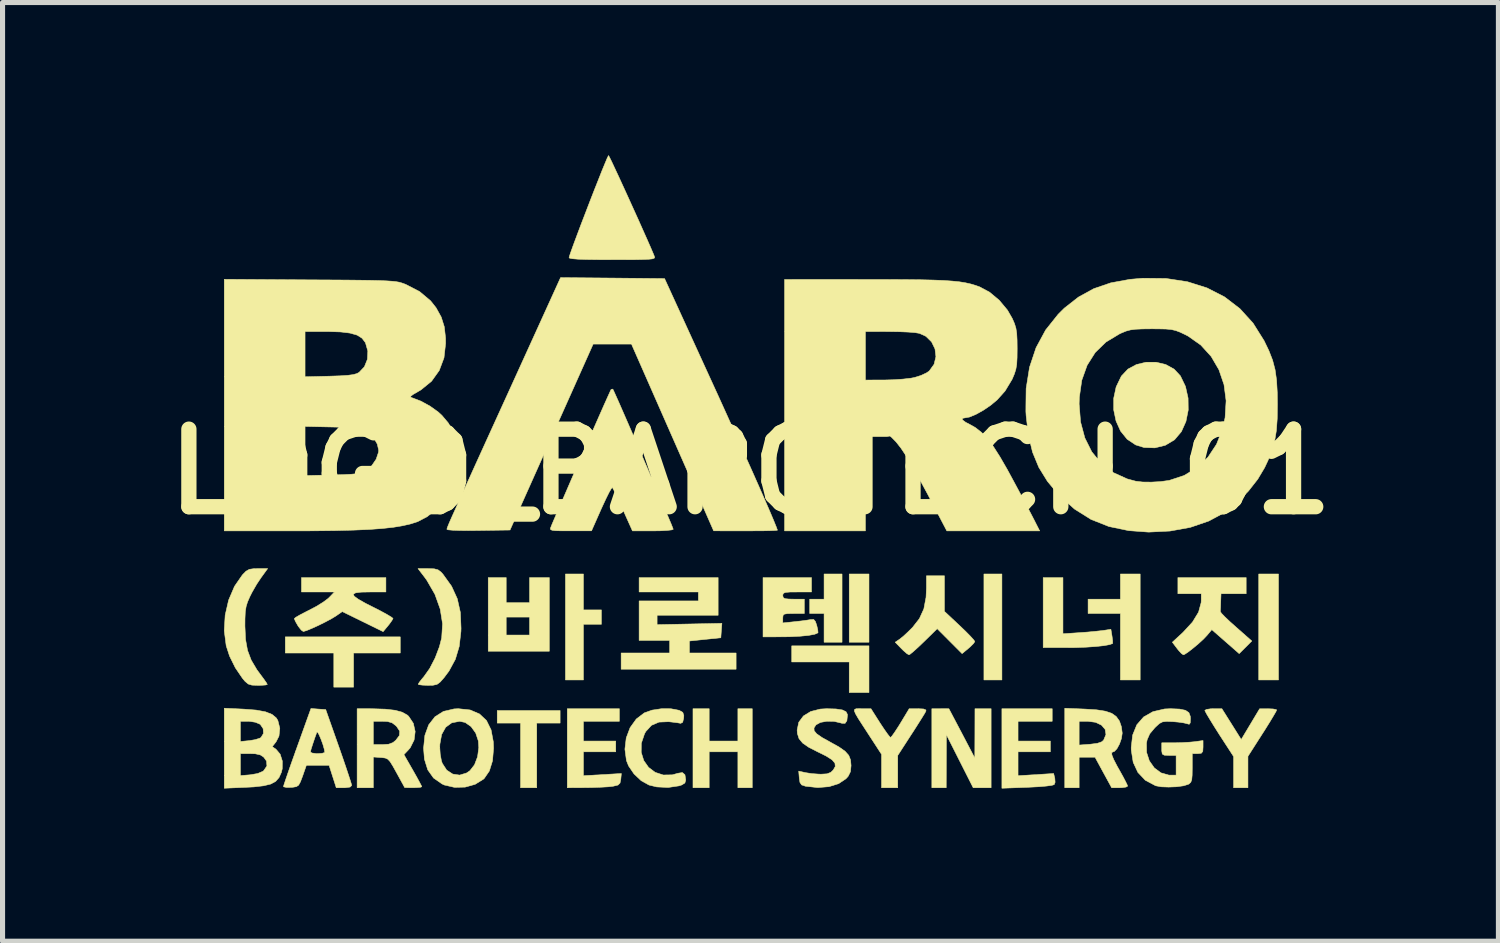
<source format=kicad_pcb>
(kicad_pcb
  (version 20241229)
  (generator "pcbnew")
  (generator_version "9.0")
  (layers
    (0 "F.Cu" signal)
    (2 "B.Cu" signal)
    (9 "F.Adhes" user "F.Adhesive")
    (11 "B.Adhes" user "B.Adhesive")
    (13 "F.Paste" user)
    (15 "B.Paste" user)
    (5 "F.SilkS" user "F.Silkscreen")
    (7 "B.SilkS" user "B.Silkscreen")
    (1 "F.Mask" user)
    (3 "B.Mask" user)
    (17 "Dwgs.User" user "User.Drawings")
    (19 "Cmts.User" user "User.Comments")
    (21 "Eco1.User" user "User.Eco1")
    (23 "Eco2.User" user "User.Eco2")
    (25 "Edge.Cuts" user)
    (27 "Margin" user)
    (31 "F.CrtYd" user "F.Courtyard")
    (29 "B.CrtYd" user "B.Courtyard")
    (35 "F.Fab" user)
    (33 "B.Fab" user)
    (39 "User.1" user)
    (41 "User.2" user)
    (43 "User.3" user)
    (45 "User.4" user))
  (footprint "LOGO_BAROTECH_01"
    (layer "F.Cu")
    (at 11.691 6.214)
    (property "Reference" "LOGO_BAROTECH_01" (at 0 0 0) (layer "F.SilkS") (effects (font (size 1.524 1.524) (thickness 0.3))))
    (attr board_only exclude_from_pos_files exclude_from_bom allow_missing_courtyard)
    (fp_poly (pts (xy 2.328 3.351) (xy 1.94 3.351) (xy 1.94 2.011) (xy 2.328 2.011) (xy 2.328 3.351)) (stroke (width 0.01) (type solid)) (fill yes) (layer "F.SilkS"))
    (fp_poly (pts (xy 4.939 4.092) (xy 4.586 4.092) (xy 4.586 2.011) (xy 4.939 2.011) (xy 4.939 4.092)) (stroke (width 0.01) (type solid)) (fill yes) (layer "F.SilkS"))
    (fp_poly (pts (xy 10.372 4.092) (xy 9.984 4.092) (xy 9.984 2.011) (xy 10.372 2.011) (xy 10.372 4.092)) (stroke (width 0.01) (type solid)) (fill yes) (layer "F.SilkS"))
    (fp_poly (pts (xy 2.328 4.339) (xy 1.94 4.339) (xy 1.94 3.739) (xy 0.811 3.739) (xy 0.811 3.422) (xy 2.328 3.422) (xy 2.328 4.339)) (stroke (width 0.01) (type solid)) (fill yes) (layer "F.SilkS"))
    (fp_poly (pts (xy -6.879 3.563) (xy -7.796 3.563) (xy -7.796 4.233) (xy -8.184 4.233) (xy -8.184 3.563) (xy -9.137 3.563) (xy -9.137 3.246) (xy -6.879 3.246) (xy -6.879 3.563)) (stroke (width 0.01) (type solid)) (fill yes) (layer "F.SilkS"))
    (fp_poly (pts (xy -3.739 4.939) (xy -4.198 4.939) (xy -4.198 6.209) (xy -4.516 6.209) (xy -4.516 4.939) (xy -4.974 4.939) (xy -4.974 4.692) (xy -3.739 4.692) (xy -3.739 4.939)) (stroke (width 0.01) (type solid)) (fill yes) (layer "F.SilkS"))
    (fp_poly (pts (xy -3.281 2.716) (xy -2.928 2.716) (xy -2.928 2.999) (xy -3.281 2.999) (xy -3.281 4.092) (xy -3.634 4.092) (xy -3.634 2.011) (xy -3.281 2.011) (xy -3.281 2.716)) (stroke (width 0.01) (type solid)) (fill yes) (layer "F.SilkS"))
    (fp_poly (pts (xy 1.799 3.351) (xy 1.446 3.351) (xy 1.446 2.787) (xy 1.164 2.787) (xy 1.164 2.505) (xy 1.446 2.505) (xy 1.446 2.011) (xy 1.799 2.011) (xy 1.799 3.351)) (stroke (width 0.01) (type solid)) (fill yes) (layer "F.SilkS"))
    (fp_poly (pts (xy 7.655 4.092) (xy 7.267 4.092) (xy 7.267 2.787) (xy 6.632 2.787) (xy 6.632 2.505) (xy 7.267 2.505) (xy 7.267 2.011) (xy 7.655 2.011) (xy 7.655 4.092)) (stroke (width 0.01) (type solid)) (fill yes) (layer "F.SilkS"))
    (fp_poly (pts (xy -0.811 5.292) (xy -0.247 5.292) (xy -0.247 4.657) (xy 0.035 4.657) (xy 0.035 6.209) (xy -0.247 6.209) (xy -0.247 5.503) (xy -0.811 5.503) (xy -0.811 6.209) (xy -1.129 6.209) (xy -1.129 4.657) (xy -0.811 4.657) (xy -0.811 5.292)) (stroke (width 0.01) (type solid)) (fill yes) (layer "F.SilkS"))
    (fp_poly (pts (xy -4.798 2.575) (xy -4.339 2.575) (xy -4.339 2.081) (xy -3.951 2.081) (xy -3.951 3.528) (xy -5.151 3.528) (xy -5.151 2.857) (xy -4.798 2.857) (xy -4.798 3.21) (xy -4.339 3.21) (xy -4.339 2.857) (xy -4.798 2.857) (xy -5.151 2.857) (xy -5.151 2.081) (xy -4.798 2.081) (xy -4.798 2.575)) (stroke (width 0.01) (type solid)) (fill yes) (layer "F.SilkS"))
    (fp_poly (pts (xy 4.727 6.209) (xy 4.375 6.209) (xy 4.112 5.689) (xy 3.849 5.168) (xy 3.847 5.689) (xy 3.845 6.209) (xy 3.563 6.209) (xy 3.563 4.657) (xy 3.731 4.657) (xy 3.898 4.658) (xy 4.153 5.142) (xy 4.407 5.627) (xy 4.409 5.142) (xy 4.41 4.657) (xy 4.727 4.657) (xy 4.727 6.209)) (stroke (width 0.01) (type solid)) (fill yes) (layer "F.SilkS"))
    (fp_poly (pts (xy 5.927 4.904) (xy 5.256 4.904) (xy 5.256 5.292) (xy 5.891 5.292) (xy 5.891 5.503) (xy 5.256 5.503) (xy 5.256 5.973) (xy 5.955 5.93) (xy 5.978 6.022) (xy 5.984 6.102) (xy 5.966 6.148) (xy 5.92 6.162) (xy 5.817 6.176) (xy 5.671 6.189) (xy 5.496 6.198) (xy 5.435 6.201) (xy 4.939 6.219) (xy 4.939 4.657) (xy 5.927 4.657) (xy 5.927 4.904)) (stroke (width 0.01) (type solid)) (fill yes) (layer "F.SilkS"))
    (fp_poly (pts (xy -2.575 4.904) (xy -3.281 4.904) (xy -3.281 5.292) (xy -2.646 5.292) (xy -2.646 5.503) (xy -3.281 5.503) (xy -3.281 5.973) (xy -2.536 5.93) (xy -2.547 6.043) (xy -2.562 6.117) (xy -2.602 6.156) (xy -2.69 6.178) (xy -2.699 6.18) (xy -2.794 6.191) (xy -2.937 6.199) (xy -3.106 6.205) (xy -3.219 6.207) (xy -3.598 6.209) (xy -3.598 4.657) (xy -2.575 4.657) (xy -2.575 4.904)) (stroke (width 0.01) (type solid)) (fill yes) (layer "F.SilkS"))
    (fp_poly (pts (xy 6.138 3.185) (xy 6.465 3.163) (xy 6.629 3.151) (xy 6.785 3.136) (xy 6.906 3.123) (xy 6.936 3.119) (xy 7.08 3.097) (xy 7.102 3.231) (xy 7.114 3.319) (xy 7.115 3.371) (xy 7.114 3.376) (xy 7.058 3.397) (xy 6.945 3.418) (xy 6.787 3.435) (xy 6.597 3.448) (xy 6.388 3.456) (xy 6.239 3.457) (xy 5.75 3.457) (xy 5.75 2.081) (xy 6.138 2.081) (xy 6.138 3.185)) (stroke (width 0.01) (type solid)) (fill yes) (layer "F.SilkS"))
    (fp_poly (pts (xy -0.635 2.822) (xy -1.834 2.822) (xy -1.834 3.006) (xy -1.198 2.993) (xy -0.561 2.98) (xy -0.572 3.122) (xy -0.582 3.263) (xy -0.891 3.295) (xy -1.199 3.327) (xy -1.199 3.563) (xy -0.282 3.563) (xy -0.282 3.881) (xy -2.54 3.881) (xy -2.54 3.563) (xy -1.587 3.563) (xy -1.587 3.316) (xy -2.187 3.316) (xy -2.187 2.54) (xy -1.023 2.54) (xy -1.023 2.364) (xy -2.187 2.364) (xy -2.187 2.081) (xy -0.635 2.081) (xy -0.635 2.822)) (stroke (width 0.01) (type solid)) (fill yes) (layer "F.SilkS"))
    (fp_poly (pts (xy 7.968 -2.149) (xy 8.157 -2.104) (xy 8.322 -2.013) (xy 8.445 -1.881) (xy 8.545 -1.673) (xy 8.596 -1.444) (xy 8.599 -1.21) (xy 8.554 -0.985) (xy 8.465 -0.786) (xy 8.331 -0.627) (xy 8.326 -0.623) (xy 8.148 -0.517) (xy 7.943 -0.467) (xy 7.731 -0.474) (xy 7.566 -0.525) (xy 7.399 -0.637) (xy 7.269 -0.798) (xy 7.181 -0.994) (xy 7.135 -1.213) (xy 7.135 -1.44) (xy 7.183 -1.664) (xy 7.283 -1.872) (xy 7.287 -1.878) (xy 7.415 -2.014) (xy 7.582 -2.104) (xy 7.771 -2.149) (xy 7.968 -2.149)) (stroke (width 0.01) (type solid)) (fill yes) (layer "F.SilkS"))
    (fp_poly (pts (xy 9.26 4.657) (xy 9.45 4.959) (xy 9.64 5.262) (xy 9.821 4.96) (xy 10.001 4.659) (xy 10.169 4.658) (xy 10.266 4.662) (xy 10.327 4.674) (xy 10.336 4.683) (xy 10.318 4.721) (xy 10.268 4.806) (xy 10.194 4.929) (xy 10.101 5.078) (xy 10.054 5.151) (xy 9.772 5.592) (xy 9.772 5.9) (xy 9.772 6.209) (xy 9.49 6.209) (xy 9.49 5.596) (xy 9.207 5.16) (xy 9.108 5.003) (xy 9.024 4.867) (xy 8.962 4.763) (xy 8.929 4.701) (xy 8.925 4.69) (xy 8.957 4.671) (xy 9.037 4.659) (xy 9.093 4.657) (xy 9.26 4.657)) (stroke (width 0.01) (type solid)) (fill yes) (layer "F.SilkS"))
    (fp_poly (pts (xy 3.81 2.745) (xy 4.11 3.026) (xy 4.228 3.139) (xy 4.323 3.236) (xy 4.386 3.306) (xy 4.407 3.338) (xy 4.381 3.377) (xy 4.317 3.441) (xy 4.281 3.472) (xy 4.157 3.575) (xy 3.668 3.085) (xy 3.406 3.342) (xy 3.295 3.448) (xy 3.201 3.533) (xy 3.136 3.586) (xy 3.114 3.598) (xy 3.073 3.575) (xy 3.004 3.515) (xy 2.963 3.474) (xy 2.843 3.351) (xy 2.93 3.292) (xy 2.999 3.237) (xy 3.094 3.149) (xy 3.184 3.06) (xy 3.319 2.887) (xy 3.406 2.696) (xy 3.449 2.469) (xy 3.457 2.287) (xy 3.457 2.046) (xy 3.81 2.046) (xy 3.81 2.745)) (stroke (width 0.01) (type solid)) (fill yes) (layer "F.SilkS"))
    (fp_poly (pts (xy 2.188 4.657) (xy 2.367 4.657) (xy 2.546 4.939) (xy 2.627 5.061) (xy 2.694 5.156) (xy 2.739 5.212) (xy 2.752 5.221) (xy 2.78 5.193) (xy 2.834 5.117) (xy 2.906 5.007) (xy 2.948 4.939) (xy 3.118 4.657) (xy 3.292 4.657) (xy 3.399 4.662) (xy 3.446 4.681) (xy 3.447 4.702) (xy 3.423 4.747) (xy 3.367 4.838) (xy 3.287 4.965) (xy 3.192 5.114) (xy 3.161 5.161) (xy 2.893 5.575) (xy 2.893 6.209) (xy 2.575 6.209) (xy 2.575 5.553) (xy 2.329 5.175) (xy 2.207 4.987) (xy 2.119 4.851) (xy 2.065 4.758) (xy 2.041 4.701) (xy 2.046 4.67) (xy 2.076 4.658) (xy 2.13 4.656) (xy 2.188 4.657)) (stroke (width 0.01) (type solid)) (fill yes) (layer "F.SilkS"))
    (fp_poly (pts (xy -6.213 1.909) (xy -6.137 1.929) (xy -6.077 1.974) (xy -6.039 2.017) (xy -5.871 2.251) (xy -5.759 2.496) (xy -5.698 2.767) (xy -5.685 3.077) (xy -5.687 3.139) (xy -5.721 3.434) (xy -5.797 3.687) (xy -5.921 3.916) (xy -6.018 4.046) (xy -6.095 4.133) (xy -6.157 4.179) (xy -6.235 4.196) (xy -6.335 4.198) (xy -6.44 4.194) (xy -6.51 4.185) (xy -6.526 4.176) (xy -6.505 4.139) (xy -6.451 4.07) (xy -6.415 4.028) (xy -6.3 3.866) (xy -6.194 3.661) (xy -6.11 3.44) (xy -6.065 3.266) (xy -6.048 2.989) (xy -6.094 2.7) (xy -6.198 2.41) (xy -6.357 2.134) (xy -6.405 2.068) (xy -6.53 1.905) (xy -6.332 1.905) (xy -6.213 1.909)) (stroke (width 0.01) (type solid)) (fill yes) (layer "F.SilkS"))
    (fp_poly (pts (xy 9.737 2.399) (xy 9.243 2.399) (xy 9.237 2.558) (xy 9.234 2.661) (xy 9.23 2.734) (xy 9.229 2.748) (xy 9.252 2.783) (xy 9.319 2.853) (xy 9.419 2.948) (xy 9.537 3.053) (xy 9.848 3.327) (xy 9.724 3.451) (xy 9.6 3.575) (xy 9.062 3.104) (xy 8.969 3.215) (xy 8.898 3.29) (xy 8.802 3.378) (xy 8.698 3.465) (xy 8.602 3.54) (xy 8.53 3.588) (xy 8.503 3.598) (xy 8.466 3.573) (xy 8.407 3.508) (xy 8.381 3.475) (xy 8.287 3.351) (xy 8.498 3.156) (xy 8.683 2.955) (xy 8.802 2.76) (xy 8.853 2.572) (xy 8.855 2.529) (xy 8.855 2.399) (xy 8.396 2.399) (xy 8.396 2.081) (xy 9.737 2.081) (xy 9.737 2.399)) (stroke (width 0.01) (type solid)) (fill yes) (layer "F.SilkS"))
    (fp_poly (pts (xy -9.61 2.078) (xy -9.699 2.211) (xy -9.788 2.366) (xy -9.834 2.457) (xy -9.879 2.56) (xy -9.907 2.652) (xy -9.923 2.754) (xy -9.929 2.889) (xy -9.93 3.034) (xy -9.918 3.295) (xy -9.879 3.511) (xy -9.807 3.702) (xy -9.695 3.891) (xy -9.631 3.978) (xy -9.559 4.075) (xy -9.508 4.148) (xy -9.49 4.181) (xy -9.522 4.191) (xy -9.604 4.197) (xy -9.678 4.198) (xy -9.792 4.194) (xy -9.865 4.172) (xy -9.928 4.119) (xy -9.979 4.058) (xy -10.119 3.852) (xy -10.232 3.623) (xy -10.298 3.42) (xy -10.336 3.124) (xy -10.318 2.819) (xy -10.25 2.523) (xy -10.134 2.252) (xy -9.98 2.029) (xy -9.909 1.956) (xy -9.843 1.919) (xy -9.754 1.906) (xy -9.677 1.905) (xy -9.484 1.905) (xy -9.61 2.078)) (stroke (width 0.01) (type solid)) (fill yes) (layer "F.SilkS"))
    (fp_poly (pts (xy 1.199 2.364) (xy 0.917 2.364) (xy 0.777 2.365) (xy 0.692 2.372) (xy 0.65 2.388) (xy 0.636 2.416) (xy 0.635 2.434) (xy 0.643 2.474) (xy 0.677 2.495) (xy 0.753 2.503) (xy 0.847 2.505) (xy 1.058 2.505) (xy 1.058 2.787) (xy 0.847 2.787) (xy 0.729 2.789) (xy 0.666 2.799) (xy 0.64 2.824) (xy 0.635 2.873) (xy 0.635 2.879) (xy 0.635 2.972) (xy 0.873 2.947) (xy 1.007 2.932) (xy 1.122 2.916) (xy 1.188 2.905) (xy 1.242 2.904) (xy 1.276 2.944) (xy 1.302 3.02) (xy 1.322 3.108) (xy 1.327 3.162) (xy 1.325 3.167) (xy 1.263 3.194) (xy 1.142 3.217) (xy 0.975 3.233) (xy 0.773 3.243) (xy 0.644 3.245) (xy 0.247 3.246) (xy 0.247 2.081) (xy 1.199 2.081) (xy 1.199 2.364)) (stroke (width 0.01) (type solid)) (fill yes) (layer "F.SilkS"))
    (fp_poly (pts (xy -2.77 -6.178) (xy -2.728 -6.093) (xy -2.666 -5.961) (xy -2.588 -5.794) (xy -2.499 -5.6) (xy -2.402 -5.388) (xy -2.303 -5.169) (xy -2.204 -4.951) (xy -2.112 -4.744) (xy -2.029 -4.558) (xy -1.96 -4.401) (xy -1.91 -4.284) (xy -1.886 -4.225) (xy -1.882 -4.205) (xy -1.894 -4.19) (xy -1.929 -4.179) (xy -1.995 -4.172) (xy -2.1 -4.167) (xy -2.252 -4.164) (xy -2.46 -4.163) (xy -2.713 -4.163) (xy -3.002 -4.164) (xy -3.226 -4.167) (xy -3.389 -4.173) (xy -3.496 -4.182) (xy -3.552 -4.193) (xy -3.563 -4.203) (xy -3.551 -4.247) (xy -3.517 -4.346) (xy -3.465 -4.489) (xy -3.399 -4.666) (xy -3.323 -4.868) (xy -3.239 -5.086) (xy -3.154 -5.308) (xy -3.069 -5.526) (xy -2.988 -5.73) (xy -2.917 -5.91) (xy -2.857 -6.055) (xy -2.814 -6.158) (xy -2.79 -6.206) (xy -2.788 -6.209) (xy -2.77 -6.178)) (stroke (width 0.01) (type solid)) (fill yes) (layer "F.SilkS"))
    (fp_poly (pts (xy -1.561 4.658) (xy -1.403 4.688) (xy -1.394 4.692) (xy -1.329 4.729) (xy -1.309 4.79) (xy -1.312 4.842) (xy -1.331 4.923) (xy -1.369 4.944) (xy -1.376 4.943) (xy -1.44 4.932) (xy -1.545 4.919) (xy -1.608 4.912) (xy -1.797 4.92) (xy -1.944 4.983) (xy -2.056 5.105) (xy -2.081 5.15) (xy -2.144 5.336) (xy -2.146 5.514) (xy -2.096 5.675) (xy -2.002 5.809) (xy -1.872 5.907) (xy -1.713 5.959) (xy -1.535 5.956) (xy -1.425 5.925) (xy -1.337 5.911) (xy -1.287 5.954) (xy -1.271 6.057) (xy -1.288 6.116) (xy -1.351 6.155) (xy -1.402 6.172) (xy -1.617 6.204) (xy -1.841 6.193) (xy -1.993 6.156) (xy -2.146 6.071) (xy -2.287 5.938) (xy -2.394 5.781) (xy -2.436 5.675) (xy -2.466 5.451) (xy -2.44 5.231) (xy -2.364 5.029) (xy -2.243 4.86) (xy -2.085 4.739) (xy -1.933 4.685) (xy -1.748 4.657) (xy -1.561 4.658)) (stroke (width 0.01) (type solid)) (fill yes) (layer "F.SilkS"))
    (fp_poly (pts (xy -7.161 2.364) (xy -7.475 2.364) (xy -7.646 2.367) (xy -7.755 2.381) (xy -7.801 2.406) (xy -7.784 2.447) (xy -7.702 2.507) (xy -7.557 2.589) (xy -7.422 2.657) (xy -7.271 2.734) (xy -7.146 2.802) (xy -7.059 2.854) (xy -7.022 2.882) (xy -7.021 2.884) (xy -7.043 2.925) (xy -7.095 2.997) (xy -7.119 3.027) (xy -7.215 3.143) (xy -7.616 2.946) (xy -8.018 2.749) (xy -8.145 2.837) (xy -8.234 2.891) (xy -8.354 2.955) (xy -8.487 3.021) (xy -8.615 3.079) (xy -8.719 3.122) (xy -8.781 3.14) (xy -8.784 3.14) (xy -8.824 3.112) (xy -8.878 3.044) (xy -8.89 3.025) (xy -8.936 2.945) (xy -8.959 2.892) (xy -8.96 2.887) (xy -8.931 2.862) (xy -8.852 2.816) (xy -8.737 2.756) (xy -8.67 2.722) (xy -8.525 2.646) (xy -8.393 2.564) (xy -8.296 2.492) (xy -8.275 2.472) (xy -8.171 2.364) (xy -8.819 2.364) (xy -8.819 2.081) (xy -7.161 2.081) (xy -7.161 2.364)) (stroke (width 0.01) (type solid)) (fill yes) (layer "F.SilkS"))
    (fp_poly (pts (xy -7.417 4.658) (xy -7.168 4.666) (xy -6.978 4.688) (xy -6.838 4.727) (xy -6.739 4.783) (xy -6.714 4.806) (xy -6.622 4.944) (xy -6.586 5.106) (xy -6.607 5.272) (xy -6.683 5.424) (xy -6.719 5.466) (xy -6.807 5.558) (xy -6.631 5.865) (xy -6.557 5.996) (xy -6.499 6.103) (xy -6.463 6.172) (xy -6.456 6.19) (xy -6.487 6.201) (xy -6.568 6.207) (xy -6.623 6.208) (xy -6.791 6.207) (xy -6.95 5.917) (xy -7.025 5.782) (xy -7.079 5.696) (xy -7.124 5.648) (xy -7.173 5.626) (xy -7.239 5.617) (xy -7.258 5.616) (xy -7.408 5.605) (xy -7.408 6.209) (xy -7.726 6.209) (xy -7.726 4.904) (xy -7.408 4.904) (xy -7.408 5.362) (xy -7.23 5.362) (xy -7.106 5.354) (xy -7.022 5.322) (xy -6.966 5.276) (xy -6.895 5.182) (xy -6.89 5.097) (xy -6.95 5.006) (xy -6.966 4.99) (xy -7.039 4.934) (xy -7.13 4.908) (xy -7.23 4.904) (xy -7.408 4.904) (xy -7.726 4.904) (xy -7.726 4.657) (xy -7.417 4.658)) (stroke (width 0.01) (type solid)) (fill yes) (layer "F.SilkS"))
    (fp_poly (pts (xy -2.708 -3.802) (xy -1.687 -3.792) (xy -0.824 -1.905) (xy -0.633 -1.488) (xy -0.45 -1.084) (xy -0.276 -0.698) (xy -0.113 -0.335) (xy 0.037 -0.000318) (xy 0.171 0.302) (xy 0.287 0.566) (xy 0.383 0.787) (xy 0.456 0.96) (xy 0.505 1.081) (xy 0.528 1.144) (xy 0.529 1.151) (xy 0.496 1.155) (xy 0.403 1.159) (xy 0.262 1.162) (xy 0.084 1.163) (xy -0.097 1.164) (xy -0.723 1.163) (xy -1.53 -0.671) (xy -2.337 -2.505) (xy -3.09 -2.505) (xy -4.723 1.147) (xy -5.342 1.156) (xy -5.544 1.158) (xy -5.718 1.156) (xy -5.853 1.151) (xy -5.938 1.143) (xy -5.962 1.135) (xy -5.961 1.126) (xy -5.959 1.114) (xy -5.952 1.094) (xy -5.939 1.061) (xy -5.919 1.012) (xy -5.889 0.943) (xy -5.847 0.849) (xy -5.792 0.727) (xy -5.722 0.572) (xy -5.636 0.379) (xy -5.53 0.146) (xy -5.404 -0.132) (xy -5.255 -0.46) (xy -5.082 -0.84) (xy -4.882 -1.279) (xy -4.737 -1.597) (xy -3.73 -3.811) (xy -2.708 -3.802)) (stroke (width 0.01) (type solid)) (fill yes) (layer "F.SilkS"))
    (fp_poly (pts (xy 6.57 4.664) (xy 6.801 4.679) (xy 6.973 4.706) (xy 7.097 4.748) (xy 7.184 4.81) (xy 7.246 4.896) (xy 7.249 4.902) (xy 7.286 5.011) (xy 7.302 5.133) (xy 7.302 5.14) (xy 7.287 5.242) (xy 7.249 5.35) (xy 7.199 5.442) (xy 7.147 5.497) (xy 7.127 5.503) (xy 7.097 5.517) (xy 7.099 5.565) (xy 7.134 5.653) (xy 7.204 5.788) (xy 7.25 5.869) (xy 7.32 5.995) (xy 7.374 6.099) (xy 7.405 6.164) (xy 7.408 6.178) (xy 7.377 6.196) (xy 7.297 6.208) (xy 7.251 6.209) (xy 7.095 6.209) (xy 6.931 5.909) (xy 6.768 5.609) (xy 6.456 5.609) (xy 6.456 6.209) (xy 6.174 6.209) (xy 6.174 4.904) (xy 6.456 4.904) (xy 6.456 5.371) (xy 6.672 5.355) (xy 6.814 5.337) (xy 6.9 5.307) (xy 6.937 5.274) (xy 6.983 5.164) (xy 6.967 5.063) (xy 6.896 4.98) (xy 6.779 4.924) (xy 6.627 4.904) (xy 6.456 4.904) (xy 6.174 4.904) (xy 6.174 4.648) (xy 6.57 4.664)) (stroke (width 0.01) (type solid)) (fill yes) (layer "F.SilkS"))
    (fp_poly (pts (xy -5.505 4.682) (xy -5.322 4.76) (xy -5.185 4.889) (xy -5.095 5.072) (xy -5.051 5.307) (xy -5.046 5.433) (xy -5.067 5.681) (xy -5.129 5.88) (xy -5.229 6.026) (xy -5.244 6.04) (xy -5.408 6.142) (xy -5.605 6.197) (xy -5.813 6.202) (xy -6.012 6.156) (xy -6.059 6.134) (xy -6.225 6.018) (xy -6.339 5.857) (xy -6.404 5.648) (xy -6.421 5.433) (xy -6.419 5.415) (xy -6.103 5.415) (xy -6.094 5.55) (xy -6.071 5.677) (xy -6.054 5.729) (xy -5.967 5.863) (xy -5.848 5.941) (xy -5.712 5.961) (xy -5.573 5.918) (xy -5.51 5.874) (xy -5.42 5.758) (xy -5.36 5.6) (xy -5.336 5.421) (xy -5.345 5.29) (xy -5.397 5.134) (xy -5.488 5.008) (xy -5.604 4.927) (xy -5.711 4.904) (xy -5.868 4.934) (xy -5.987 5.021) (xy -6.066 5.163) (xy -6.101 5.355) (xy -6.103 5.415) (xy -6.419 5.415) (xy -6.395 5.179) (xy -6.32 4.973) (xy -6.197 4.815) (xy -6.031 4.71) (xy -5.822 4.661) (xy -5.736 4.657) (xy -5.505 4.682)) (stroke (width 0.01) (type solid)) (fill yes) (layer "F.SilkS"))
    (fp_poly (pts (xy -8.488 4.664) (xy -8.343 4.674) (xy -8.088 5.397) (xy -8.013 5.612) (xy -7.947 5.805) (xy -7.893 5.967) (xy -7.854 6.087) (xy -7.834 6.155) (xy -7.833 6.165) (xy -7.865 6.196) (xy -7.962 6.209) (xy -7.984 6.209) (xy -8.136 6.209) (xy -8.277 5.768) (xy -8.723 5.768) (xy -8.797 5.98) (xy -8.84 6.094) (xy -8.876 6.159) (xy -8.92 6.188) (xy -8.99 6.2) (xy -9.022 6.202) (xy -9.114 6.203) (xy -9.167 6.192) (xy -9.173 6.184) (xy -9.161 6.144) (xy -9.129 6.048) (xy -9.08 5.905) (xy -9.017 5.724) (xy -8.943 5.517) (xy -8.94 5.508) (xy -8.643 5.508) (xy -8.612 5.527) (xy -8.534 5.538) (xy -8.502 5.539) (xy -8.414 5.533) (xy -8.365 5.518) (xy -8.361 5.512) (xy -8.373 5.446) (xy -8.399 5.356) (xy -8.435 5.258) (xy -8.471 5.174) (xy -8.501 5.12) (xy -8.516 5.115) (xy -8.559 5.234) (xy -8.599 5.353) (xy -8.63 5.45) (xy -8.643 5.505) (xy -8.643 5.508) (xy -8.94 5.508) (xy -8.903 5.405) (xy -8.633 4.653) (xy -8.488 4.664)) (stroke (width 0.01) (type solid)) (fill yes) (layer "F.SilkS"))
    (fp_poly (pts (xy -9.954 4.665) (xy -9.709 4.684) (xy -9.526 4.718) (xy -9.397 4.769) (xy -9.313 4.839) (xy -9.283 4.889) (xy -9.245 5.041) (xy -9.261 5.194) (xy -9.318 5.307) (xy -9.393 5.402) (xy -9.319 5.454) (xy -9.238 5.55) (xy -9.195 5.686) (xy -9.197 5.837) (xy -9.214 5.907) (xy -9.26 6.009) (xy -9.326 6.084) (xy -9.424 6.137) (xy -9.564 6.171) (xy -9.756 6.193) (xy -9.916 6.201) (xy -10.336 6.219) (xy -10.336 5.539) (xy -10.019 5.539) (xy -10.019 5.971) (xy -9.825 5.955) (xy -9.679 5.93) (xy -9.576 5.886) (xy -9.561 5.874) (xy -9.498 5.782) (xy -9.506 5.685) (xy -9.56 5.609) (xy -9.628 5.564) (xy -9.728 5.542) (xy -9.825 5.539) (xy -10.019 5.539) (xy -10.336 5.539) (xy -10.336 4.904) (xy -10.019 4.904) (xy -10.019 5.301) (xy -9.844 5.284) (xy -9.73 5.265) (xy -9.64 5.237) (xy -9.614 5.222) (xy -9.566 5.143) (xy -9.572 5.048) (xy -9.628 4.966) (xy -9.639 4.959) (xy -9.724 4.923) (xy -9.838 4.905) (xy -9.868 4.904) (xy -10.019 4.904) (xy -10.336 4.904) (xy -10.336 4.647) (xy -9.954 4.665)) (stroke (width 0.01) (type solid)) (fill yes) (layer "F.SilkS"))
    (fp_poly (pts (xy -2.703 -1.62) (xy -2.685 -1.583) (xy -2.643 -1.49) (xy -2.58 -1.349) (xy -2.501 -1.168) (xy -2.408 -0.955) (xy -2.305 -0.718) (xy -2.196 -0.466) (xy -2.085 -0.207) (xy -1.974 0.05) (xy -1.867 0.299) (xy -1.768 0.53) (xy -1.681 0.735) (xy -1.609 0.906) (xy -1.555 1.034) (xy -1.524 1.113) (xy -1.517 1.133) (xy -1.55 1.145) (xy -1.639 1.155) (xy -1.771 1.162) (xy -1.917 1.164) (xy -2.318 1.164) (xy -2.504 0.75) (xy -2.576 0.592) (xy -2.638 0.458) (xy -2.685 0.361) (xy -2.711 0.313) (xy -2.712 0.311) (xy -2.733 0.333) (xy -2.777 0.408) (xy -2.836 0.527) (xy -2.906 0.677) (xy -2.928 0.725) (xy -3.122 1.163) (xy -3.535 1.163) (xy -3.711 1.163) (xy -3.828 1.16) (xy -3.896 1.152) (xy -3.926 1.137) (xy -3.929 1.115) (xy -3.925 1.102) (xy -3.9 1.039) (xy -3.851 0.924) (xy -3.782 0.764) (xy -3.697 0.568) (xy -3.6 0.344) (xy -3.495 0.101) (xy -3.383 -0.154) (xy -3.271 -0.411) (xy -3.16 -0.664) (xy -3.055 -0.903) (xy -2.959 -1.121) (xy -2.876 -1.309) (xy -2.809 -1.458) (xy -2.762 -1.562) (xy -2.739 -1.611) (xy -2.737 -1.614) (xy -2.705 -1.621) (xy -2.703 -1.62)) (stroke (width 0.01) (type solid)) (fill yes) (layer "F.SilkS"))
    (fp_poly (pts (xy 1.68 4.662) (xy 1.805 4.681) (xy 1.877 4.716) (xy 1.904 4.768) (xy 1.905 4.782) (xy 1.894 4.893) (xy 1.858 4.945) (xy 1.79 4.942) (xy 1.776 4.937) (xy 1.644 4.906) (xy 1.502 4.903) (xy 1.375 4.926) (xy 1.289 4.973) (xy 1.286 4.976) (xy 1.248 5.035) (xy 1.251 5.09) (xy 1.301 5.15) (xy 1.404 5.222) (xy 1.566 5.312) (xy 1.571 5.315) (xy 1.743 5.411) (xy 1.86 5.494) (xy 1.931 5.574) (xy 1.966 5.663) (xy 1.976 5.773) (xy 1.976 5.775) (xy 1.964 5.894) (xy 1.92 5.983) (xy 1.876 6.032) (xy 1.732 6.129) (xy 1.543 6.188) (xy 1.322 6.206) (xy 1.086 6.18) (xy 1.076 6.178) (xy 1.005 6.154) (xy 0.972 6.105) (xy 0.959 6.019) (xy 0.948 5.883) (xy 1.082 5.913) (xy 1.205 5.932) (xy 1.346 5.942) (xy 1.388 5.943) (xy 1.505 5.936) (xy 1.58 5.906) (xy 1.626 5.861) (xy 1.666 5.791) (xy 1.659 5.726) (xy 1.602 5.66) (xy 1.486 5.586) (xy 1.326 5.507) (xy 1.147 5.416) (xy 1.026 5.332) (xy 0.954 5.245) (xy 0.922 5.145) (xy 0.917 5.077) (xy 0.949 4.923) (xy 1.04 4.8) (xy 1.183 4.712) (xy 1.371 4.664) (xy 1.494 4.657) (xy 1.68 4.662)) (stroke (width 0.01) (type solid)) (fill yes) (layer "F.SilkS"))
    (fp_poly (pts (xy 8.428 4.664) (xy 8.544 4.688) (xy 8.612 4.734) (xy 8.64 4.808) (xy 8.643 4.854) (xy 8.638 4.936) (xy 8.618 4.963) (xy 8.581 4.953) (xy 8.514 4.936) (xy 8.403 4.92) (xy 8.298 4.911) (xy 8.175 4.906) (xy 8.096 4.915) (xy 8.033 4.947) (xy 7.961 5.013) (xy 7.94 5.034) (xy 7.843 5.15) (xy 7.792 5.266) (xy 7.779 5.333) (xy 7.781 5.515) (xy 7.835 5.681) (xy 7.933 5.82) (xy 8.064 5.917) (xy 8.218 5.961) (xy 8.246 5.962) (xy 8.361 5.962) (xy 8.361 5.574) (xy 8.22 5.574) (xy 8.129 5.57) (xy 8.089 5.547) (xy 8.079 5.487) (xy 8.079 5.45) (xy 8.079 5.327) (xy 8.321 5.327) (xy 8.475 5.323) (xy 8.629 5.314) (xy 8.726 5.305) (xy 8.89 5.282) (xy 8.89 5.41) (xy 8.885 5.495) (xy 8.857 5.531) (xy 8.79 5.539) (xy 8.784 5.539) (xy 8.678 5.539) (xy 8.678 5.82) (xy 8.676 5.962) (xy 8.668 6.051) (xy 8.649 6.102) (xy 8.616 6.133) (xy 8.6 6.142) (xy 8.507 6.171) (xy 8.369 6.19) (xy 8.215 6.196) (xy 8.071 6.191) (xy 7.962 6.171) (xy 7.955 6.168) (xy 7.756 6.062) (xy 7.61 5.908) (xy 7.518 5.71) (xy 7.48 5.469) (xy 7.479 5.42) (xy 7.507 5.175) (xy 7.589 4.973) (xy 7.723 4.819) (xy 7.906 4.715) (xy 8.134 4.662) (xy 8.252 4.657) (xy 8.428 4.664)) (stroke (width 0.01) (type solid)) (fill yes) (layer "F.SilkS"))
    (fp_poly (pts (xy 2.267 -3.774) (xy 2.685 -3.774) (xy 3.04 -3.772) (xy 3.338 -3.769) (xy 3.586 -3.763) (xy 3.792 -3.755) (xy 3.961 -3.743) (xy 4.102 -3.729) (xy 4.22 -3.71) (xy 4.323 -3.687) (xy 4.418 -3.659) (xy 4.5 -3.63) (xy 4.698 -3.524) (xy 4.887 -3.366) (xy 5.048 -3.173) (xy 5.143 -3.008) (xy 5.186 -2.909) (xy 5.214 -2.819) (xy 5.23 -2.718) (xy 5.237 -2.586) (xy 5.239 -2.417) (xy 5.237 -2.238) (xy 5.23 -2.109) (xy 5.213 -2.01) (xy 5.184 -1.918) (xy 5.14 -1.814) (xy 5.137 -1.809) (xy 5 -1.582) (xy 4.847 -1.411) (xy 4.719 -1.304) (xy 4.573 -1.205) (xy 4.428 -1.124) (xy 4.302 -1.072) (xy 4.23 -1.059) (xy 4.164 -1.047) (xy 4.163 -1.017) (xy 4.227 -0.969) (xy 4.296 -0.934) (xy 4.42 -0.864) (xy 4.537 -0.772) (xy 4.652 -0.651) (xy 4.772 -0.493) (xy 4.902 -0.289) (xy 5.05 -0.032) (xy 5.134 0.123) (xy 5.246 0.331) (xy 5.353 0.532) (xy 5.448 0.712) (xy 5.525 0.858) (xy 5.576 0.957) (xy 5.578 0.961) (xy 5.681 1.164) (xy 3.857 1.164) (xy 3.668 0.803) (xy 3.481 0.444) (xy 3.319 0.144) (xy 3.181 -0.103) (xy 3.061 -0.304) (xy 2.956 -0.462) (xy 2.86 -0.584) (xy 2.771 -0.675) (xy 2.684 -0.74) (xy 2.594 -0.784) (xy 2.498 -0.814) (xy 2.408 -0.832) (xy 2.258 -0.856) (xy 2.258 1.164) (xy 0.67 1.164) (xy 0.67 -1.799) (xy 2.258 -1.799) (xy 2.637 -1.8) (xy 2.82 -1.805) (xy 3.002 -1.818) (xy 3.156 -1.836) (xy 3.221 -1.849) (xy 3.35 -1.889) (xy 3.462 -1.942) (xy 3.513 -1.978) (xy 3.607 -2.109) (xy 3.643 -2.258) (xy 3.625 -2.41) (xy 3.558 -2.548) (xy 3.446 -2.658) (xy 3.319 -2.716) (xy 3.236 -2.73) (xy 3.1 -2.741) (xy 2.93 -2.748) (xy 2.744 -2.751) (xy 2.725 -2.751) (xy 2.258 -2.752) (xy 2.258 -1.799) (xy 0.67 -1.799) (xy 0.67 -3.775) (xy 2.267 -3.774)) (stroke (width 0.01) (type solid)) (fill yes) (layer "F.SilkS"))
    (fp_poly (pts (xy 8.163 -3.794) (xy 8.583 -3.73) (xy 8.967 -3.609) (xy 9.311 -3.433) (xy 9.614 -3.201) (xy 9.873 -2.916) (xy 10.085 -2.578) (xy 10.086 -2.578) (xy 10.184 -2.374) (xy 10.256 -2.189) (xy 10.305 -2.002) (xy 10.334 -1.797) (xy 10.348 -1.554) (xy 10.351 -1.323) (xy 10.347 -1.038) (xy 10.33 -0.805) (xy 10.297 -0.605) (xy 10.245 -0.418) (xy 10.169 -0.226) (xy 10.1 -0.079) (xy 9.965 0.148) (xy 9.783 0.38) (xy 9.575 0.595) (xy 9.36 0.772) (xy 9.322 0.799) (xy 9.002 0.971) (xy 8.639 1.095) (xy 8.242 1.167) (xy 7.821 1.188) (xy 7.43 1.159) (xy 7.041 1.078) (xy 6.688 0.938) (xy 6.365 0.735) (xy 6.066 0.468) (xy 6.052 0.453) (xy 5.833 0.19) (xy 5.664 -0.084) (xy 5.541 -0.382) (xy 5.46 -0.716) (xy 5.415 -1.099) (xy 5.41 -1.182) (xy 5.411 -1.328) (xy 6.456 -1.328) (xy 6.484 -0.976) (xy 6.568 -0.662) (xy 6.704 -0.39) (xy 6.89 -0.162) (xy 7.123 0.017) (xy 7.401 0.143) (xy 7.567 0.188) (xy 7.701 0.204) (xy 7.874 0.206) (xy 8.055 0.196) (xy 8.215 0.174) (xy 8.227 0.172) (xy 8.518 0.076) (xy 8.773 -0.078) (xy 8.987 -0.284) (xy 9.155 -0.538) (xy 9.273 -0.834) (xy 9.323 -1.061) (xy 9.343 -1.392) (xy 9.302 -1.708) (xy 9.202 -2.001) (xy 9.049 -2.263) (xy 8.846 -2.486) (xy 8.598 -2.661) (xy 8.542 -2.69) (xy 8.439 -2.739) (xy 8.354 -2.771) (xy 8.268 -2.791) (xy 8.162 -2.801) (xy 8.017 -2.804) (xy 7.885 -2.805) (xy 7.7 -2.803) (xy 7.566 -2.797) (xy 7.465 -2.784) (xy 7.379 -2.761) (xy 7.289 -2.724) (xy 7.25 -2.706) (xy 6.984 -2.546) (xy 6.772 -2.34) (xy 6.613 -2.089) (xy 6.508 -1.795) (xy 6.46 -1.46) (xy 6.456 -1.328) (xy 5.411 -1.328) (xy 5.415 -1.633) (xy 5.482 -2.051) (xy 5.61 -2.434) (xy 5.798 -2.782) (xy 6.046 -3.093) (xy 6.165 -3.211) (xy 6.442 -3.428) (xy 6.742 -3.593) (xy 7.077 -3.708) (xy 7.454 -3.777) (xy 7.708 -3.799) (xy 8.163 -3.794)) (stroke (width 0.01) (type solid)) (fill yes) (layer "F.SilkS"))
    (fp_poly (pts (xy -8.652 -3.767) (xy -8.263 -3.765) (xy -7.939 -3.763) (xy -7.671 -3.76) (xy -7.455 -3.757) (xy -7.282 -3.753) (xy -7.148 -3.747) (xy -7.044 -3.74) (xy -6.964 -3.732) (xy -6.902 -3.721) (xy -6.852 -3.707) (xy -6.806 -3.691) (xy -6.772 -3.678) (xy -6.498 -3.536) (xy -6.283 -3.355) (xy -6.176 -3.22) (xy -6.074 -3.036) (xy -6.014 -2.845) (xy -5.989 -2.623) (xy -5.988 -2.519) (xy -6.02 -2.235) (xy -6.113 -1.987) (xy -6.264 -1.776) (xy -6.471 -1.607) (xy -6.518 -1.579) (xy -6.622 -1.519) (xy -6.671 -1.483) (xy -6.673 -1.461) (xy -6.635 -1.446) (xy -6.63 -1.445) (xy -6.468 -1.382) (xy -6.292 -1.285) (xy -6.133 -1.171) (xy -6.061 -1.105) (xy -5.933 -0.953) (xy -5.846 -0.794) (xy -5.795 -0.612) (xy -5.772 -0.388) (xy -5.77 -0.247) (xy -5.773 -0.069) (xy -5.782 0.061) (xy -5.802 0.163) (xy -5.835 0.259) (xy -5.865 0.327) (xy -5.99 0.536) (xy -6.157 0.727) (xy -6.348 0.883) (xy -6.536 0.982) (xy -6.672 1.026) (xy -6.829 1.062) (xy -7.013 1.093) (xy -7.232 1.117) (xy -7.491 1.136) (xy -7.796 1.149) (xy -8.154 1.158) (xy -8.571 1.163) (xy -8.968 1.164) (xy -10.336 1.164) (xy -10.336 0.078) (xy -8.749 0.078) (xy -8.211 0.065) (xy -7.996 0.059) (xy -7.839 0.051) (xy -7.727 0.04) (xy -7.646 0.023) (xy -7.585 -0.001) (xy -7.553 -0.018) (xy -7.441 -0.114) (xy -7.352 -0.244) (xy -7.306 -0.381) (xy -7.303 -0.423) (xy -7.33 -0.541) (xy -7.403 -0.667) (xy -7.502 -0.774) (xy -7.537 -0.801) (xy -7.586 -0.826) (xy -7.653 -0.844) (xy -7.748 -0.858) (xy -7.885 -0.867) (xy -8.074 -0.873) (xy -8.192 -0.876) (xy -8.749 -0.888) (xy -8.749 0.078) (xy -10.336 0.078) (xy -10.336 -2.752) (xy -8.749 -2.752) (xy -8.749 -1.863) (xy -8.264 -1.875) (xy -8.056 -1.882) (xy -7.906 -1.892) (xy -7.802 -1.906) (xy -7.731 -1.926) (xy -7.687 -1.95) (xy -7.583 -2.06) (xy -7.524 -2.207) (xy -7.516 -2.37) (xy -7.562 -2.53) (xy -7.566 -2.537) (xy -7.629 -2.62) (xy -7.725 -2.681) (xy -7.864 -2.721) (xy -8.054 -2.744) (xy -8.303 -2.752) (xy -8.326 -2.752) (xy -8.749 -2.752) (xy -10.336 -2.752) (xy -10.336 -3.778) (xy -8.652 -3.767)) (stroke (width 0.01) (type solid)) (fill yes) (layer "F.SilkS")))
  (gr_rect
    (start -3 -3)
    (end 26.383 15.438)
    (stroke (width 0.1) (type default))
    (fill no)
    (layer "Edge.Cuts")))
</source>
